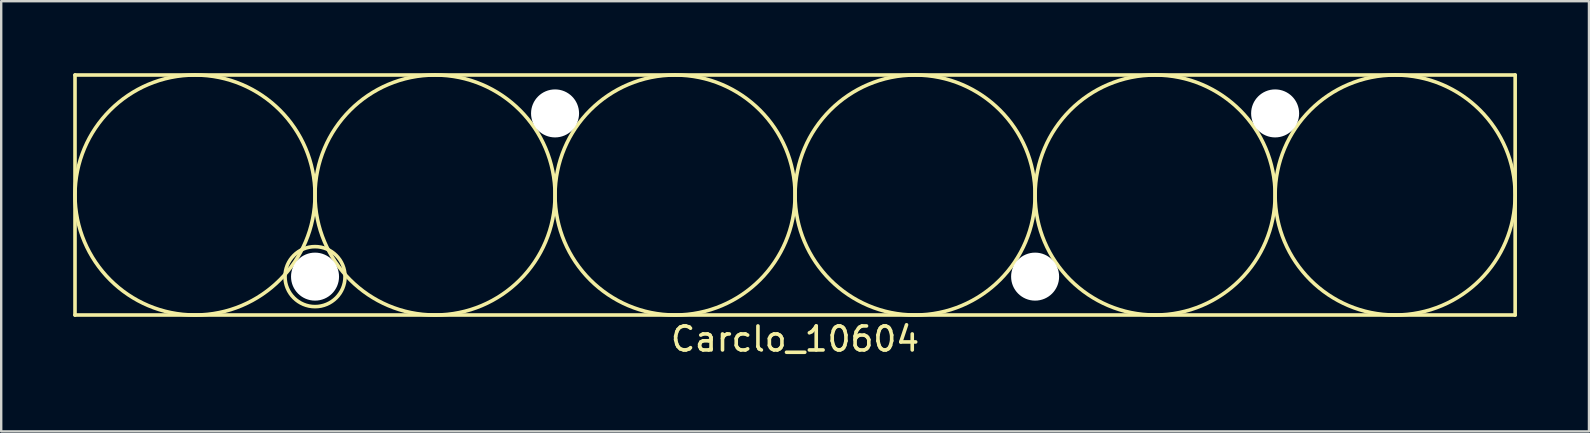
<source format=kicad_pcb>
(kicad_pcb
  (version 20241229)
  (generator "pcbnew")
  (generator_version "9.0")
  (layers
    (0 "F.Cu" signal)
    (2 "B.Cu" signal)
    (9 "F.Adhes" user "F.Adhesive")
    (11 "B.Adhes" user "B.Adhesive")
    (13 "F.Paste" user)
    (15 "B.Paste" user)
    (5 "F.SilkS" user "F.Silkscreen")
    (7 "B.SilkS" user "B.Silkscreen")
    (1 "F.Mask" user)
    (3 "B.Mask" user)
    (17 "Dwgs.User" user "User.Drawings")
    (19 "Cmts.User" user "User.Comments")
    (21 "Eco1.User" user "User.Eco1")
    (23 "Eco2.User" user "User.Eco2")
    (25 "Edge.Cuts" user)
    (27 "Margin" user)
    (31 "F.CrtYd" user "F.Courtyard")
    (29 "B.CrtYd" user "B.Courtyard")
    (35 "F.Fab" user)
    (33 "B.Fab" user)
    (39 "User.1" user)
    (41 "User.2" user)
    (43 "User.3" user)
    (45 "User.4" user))
  (footprint "Carclo_10604"
    (layer "F.Cu")
    (at 30.075 5.075)
    (property "Reference" "Carclo_10604" (at 0 6 0) (layer "F.SilkS") (effects (font (size 1 1) (thickness 0.15))))
    (attr through_hole)
    (fp_line (start -30 -5) (end 30 -5) (stroke (width 0.15) (type solid)) (layer "F.SilkS"))
    (fp_line (start -30 5) (end -30 -5) (stroke (width 0.15) (type solid)) (layer "F.SilkS"))
    (fp_line (start 30 -5) (end 30 5) (stroke (width 0.15) (type solid)) (layer "F.SilkS"))
    (fp_line (start 30 5) (end -30 5) (stroke (width 0.15) (type solid)) (layer "F.SilkS"))
    (fp_circle (center -25 0) (end -30 0) (stroke (width 0.15) (type solid)) (fill no) (layer "F.SilkS"))
    (fp_circle (center -20 3.4) (end -18.75 3.4) (stroke (width 0.15) (type solid)) (fill no) (layer "F.SilkS"))
    (fp_circle (center -15 0) (end -20 0) (stroke (width 0.15) (type solid)) (fill no) (layer "F.SilkS"))
    (fp_circle (center -5 0) (end -10 0) (stroke (width 0.15) (type solid)) (fill no) (layer "F.SilkS"))
    (fp_circle (center 5 0) (end 0 0) (stroke (width 0.15) (type solid)) (fill no) (layer "F.SilkS"))
    (fp_circle (center 15 0) (end 10 0) (stroke (width 0.15) (type solid)) (fill no) (layer "F.SilkS"))
    (fp_circle (center 25 0) (end 20 0) (stroke (width 0.15) (type solid)) (fill no) (layer "F.SilkS"))
    (pad "" np_thru_hole circle (at -20 3.4) (size 2 2) (drill 2) (layers "*.Cu" "*.Mask"))
    (pad "" np_thru_hole circle (at -10 -3.4) (size 2 2) (drill 2) (layers "*.Cu" "*.Mask"))
    (pad "" np_thru_hole circle (at 10 3.4) (size 2 2) (drill 2) (layers "*.Cu" "*.Mask"))
    (pad "" np_thru_hole circle (at 20 -3.4) (size 2 2) (drill 2) (layers "*.Cu" "*.Mask")))
  (gr_rect
    (start -3 -3)
    (end 63.15 14.923)
    (stroke (width 0.1) (type default))
    (fill no)
    (layer "Edge.Cuts")))
</source>
